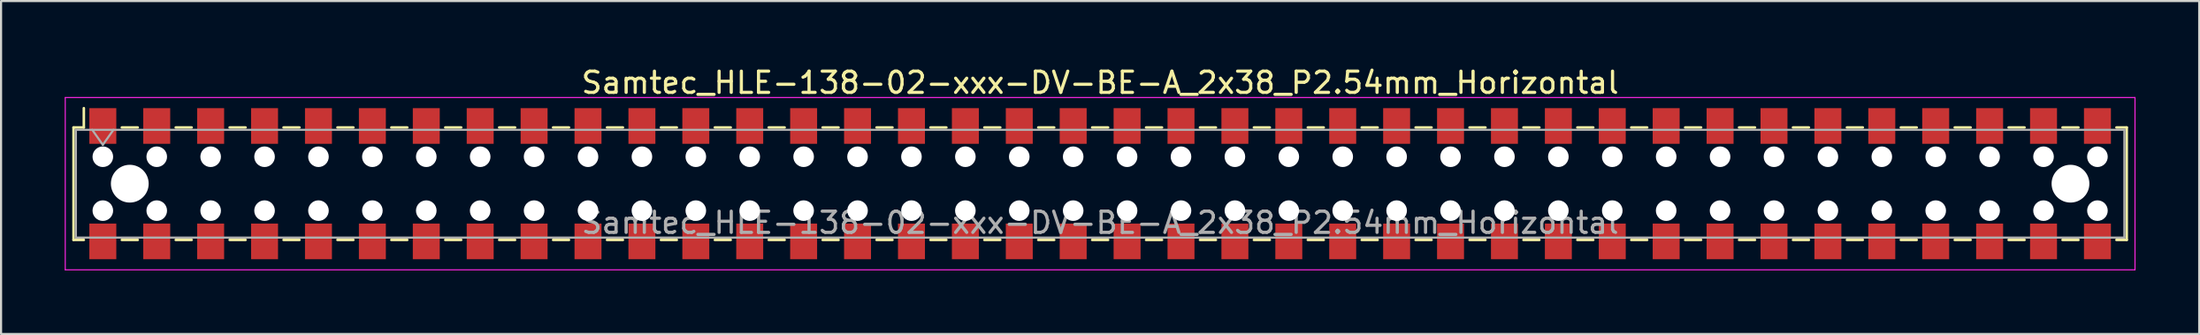
<source format=kicad_pcb>
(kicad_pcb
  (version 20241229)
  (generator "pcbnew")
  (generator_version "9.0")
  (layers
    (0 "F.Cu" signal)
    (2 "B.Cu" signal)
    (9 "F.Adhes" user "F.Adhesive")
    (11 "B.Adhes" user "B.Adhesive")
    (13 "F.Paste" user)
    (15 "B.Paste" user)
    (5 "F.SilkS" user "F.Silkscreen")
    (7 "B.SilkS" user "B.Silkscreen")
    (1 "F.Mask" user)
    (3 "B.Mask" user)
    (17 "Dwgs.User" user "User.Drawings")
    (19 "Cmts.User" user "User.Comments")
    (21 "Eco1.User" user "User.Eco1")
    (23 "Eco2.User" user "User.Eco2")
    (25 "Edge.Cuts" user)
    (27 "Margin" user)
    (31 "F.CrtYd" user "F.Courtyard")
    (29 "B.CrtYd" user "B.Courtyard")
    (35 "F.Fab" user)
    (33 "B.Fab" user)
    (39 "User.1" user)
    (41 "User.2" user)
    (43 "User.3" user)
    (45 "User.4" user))
  (footprint "Samtec_HLE-138-02-xxx-DV-BE-A_2x38_P2.54mm_Horizontal"
    (layer "F.Cu")
    (at 48.785 5.608)
    (property "Reference" "Samtec_HLE-138-02-xxx-DV-BE-A_2x38_P2.54mm_Horizontal" (at 0 -4.76 0) (layer "F.SilkS") (effects (font (size 1 1) (thickness 0.15))))
    (attr smd)
    (fp_line (start -48.37 -2.65) (end -48.37 2.65) (stroke (width 0.12) (type solid)) (layer "F.SilkS"))
    (fp_line (start -48.37 2.65) (end -47.885 2.65) (stroke (width 0.12) (type solid)) (layer "F.SilkS"))
    (fp_line (start -47.885 -3.56) (end -47.885 -2.65) (stroke (width 0.12) (type solid)) (layer "F.SilkS"))
    (fp_line (start -47.885 -2.65) (end -48.37 -2.65) (stroke (width 0.12) (type solid)) (layer "F.SilkS"))
    (fp_line (start -46.095 -2.65) (end -45.345 -2.65) (stroke (width 0.12) (type solid)) (layer "F.SilkS"))
    (fp_line (start -46.095 2.65) (end -45.345 2.65) (stroke (width 0.12) (type solid)) (layer "F.SilkS"))
    (fp_line (start -43.555 -2.65) (end -42.805 -2.65) (stroke (width 0.12) (type solid)) (layer "F.SilkS"))
    (fp_line (start -43.555 2.65) (end -42.805 2.65) (stroke (width 0.12) (type solid)) (layer "F.SilkS"))
    (fp_line (start -41.015 -2.65) (end -40.265 -2.65) (stroke (width 0.12) (type solid)) (layer "F.SilkS"))
    (fp_line (start -41.015 2.65) (end -40.265 2.65) (stroke (width 0.12) (type solid)) (layer "F.SilkS"))
    (fp_line (start -38.475 -2.65) (end -37.725 -2.65) (stroke (width 0.12) (type solid)) (layer "F.SilkS"))
    (fp_line (start -38.475 2.65) (end -37.725 2.65) (stroke (width 0.12) (type solid)) (layer "F.SilkS"))
    (fp_line (start -35.935 -2.65) (end -35.185 -2.65) (stroke (width 0.12) (type solid)) (layer "F.SilkS"))
    (fp_line (start -35.935 2.65) (end -35.185 2.65) (stroke (width 0.12) (type solid)) (layer "F.SilkS"))
    (fp_line (start -33.395 -2.65) (end -32.645 -2.65) (stroke (width 0.12) (type solid)) (layer "F.SilkS"))
    (fp_line (start -33.395 2.65) (end -32.645 2.65) (stroke (width 0.12) (type solid)) (layer "F.SilkS"))
    (fp_line (start -30.855 -2.65) (end -30.105 -2.65) (stroke (width 0.12) (type solid)) (layer "F.SilkS"))
    (fp_line (start -30.855 2.65) (end -30.105 2.65) (stroke (width 0.12) (type solid)) (layer "F.SilkS"))
    (fp_line (start -28.315 -2.65) (end -27.565 -2.65) (stroke (width 0.12) (type solid)) (layer "F.SilkS"))
    (fp_line (start -28.315 2.65) (end -27.565 2.65) (stroke (width 0.12) (type solid)) (layer "F.SilkS"))
    (fp_line (start -25.775 -2.65) (end -25.025 -2.65) (stroke (width 0.12) (type solid)) (layer "F.SilkS"))
    (fp_line (start -25.775 2.65) (end -25.025 2.65) (stroke (width 0.12) (type solid)) (layer "F.SilkS"))
    (fp_line (start -23.235 -2.65) (end -22.485 -2.65) (stroke (width 0.12) (type solid)) (layer "F.SilkS"))
    (fp_line (start -23.235 2.65) (end -22.485 2.65) (stroke (width 0.12) (type solid)) (layer "F.SilkS"))
    (fp_line (start -20.695 -2.65) (end -19.945 -2.65) (stroke (width 0.12) (type solid)) (layer "F.SilkS"))
    (fp_line (start -20.695 2.65) (end -19.945 2.65) (stroke (width 0.12) (type solid)) (layer "F.SilkS"))
    (fp_line (start -18.155 -2.65) (end -17.405 -2.65) (stroke (width 0.12) (type solid)) (layer "F.SilkS"))
    (fp_line (start -18.155 2.65) (end -17.405 2.65) (stroke (width 0.12) (type solid)) (layer "F.SilkS"))
    (fp_line (start -15.615 -2.65) (end -14.865 -2.65) (stroke (width 0.12) (type solid)) (layer "F.SilkS"))
    (fp_line (start -15.615 2.65) (end -14.865 2.65) (stroke (width 0.12) (type solid)) (layer "F.SilkS"))
    (fp_line (start -13.075 -2.65) (end -12.325 -2.65) (stroke (width 0.12) (type solid)) (layer "F.SilkS"))
    (fp_line (start -13.075 2.65) (end -12.325 2.65) (stroke (width 0.12) (type solid)) (layer "F.SilkS"))
    (fp_line (start -10.535 -2.65) (end -9.785 -2.65) (stroke (width 0.12) (type solid)) (layer "F.SilkS"))
    (fp_line (start -10.535 2.65) (end -9.785 2.65) (stroke (width 0.12) (type solid)) (layer "F.SilkS"))
    (fp_line (start -7.995 -2.65) (end -7.245 -2.65) (stroke (width 0.12) (type solid)) (layer "F.SilkS"))
    (fp_line (start -7.995 2.65) (end -7.245 2.65) (stroke (width 0.12) (type solid)) (layer "F.SilkS"))
    (fp_line (start -5.455 -2.65) (end -4.705 -2.65) (stroke (width 0.12) (type solid)) (layer "F.SilkS"))
    (fp_line (start -5.455 2.65) (end -4.705 2.65) (stroke (width 0.12) (type solid)) (layer "F.SilkS"))
    (fp_line (start -2.915 -2.65) (end -2.165 -2.65) (stroke (width 0.12) (type solid)) (layer "F.SilkS"))
    (fp_line (start -2.915 2.65) (end -2.165 2.65) (stroke (width 0.12) (type solid)) (layer "F.SilkS"))
    (fp_line (start -0.375 -2.65) (end 0.375 -2.65) (stroke (width 0.12) (type solid)) (layer "F.SilkS"))
    (fp_line (start -0.375 2.65) (end 0.375 2.65) (stroke (width 0.12) (type solid)) (layer "F.SilkS"))
    (fp_line (start 2.165 -2.65) (end 2.915 -2.65) (stroke (width 0.12) (type solid)) (layer "F.SilkS"))
    (fp_line (start 2.165 2.65) (end 2.915 2.65) (stroke (width 0.12) (type solid)) (layer "F.SilkS"))
    (fp_line (start 4.705 -2.65) (end 5.455 -2.65) (stroke (width 0.12) (type solid)) (layer "F.SilkS"))
    (fp_line (start 4.705 2.65) (end 5.455 2.65) (stroke (width 0.12) (type solid)) (layer "F.SilkS"))
    (fp_line (start 7.245 -2.65) (end 7.995 -2.65) (stroke (width 0.12) (type solid)) (layer "F.SilkS"))
    (fp_line (start 7.245 2.65) (end 7.995 2.65) (stroke (width 0.12) (type solid)) (layer "F.SilkS"))
    (fp_line (start 9.785 -2.65) (end 10.535 -2.65) (stroke (width 0.12) (type solid)) (layer "F.SilkS"))
    (fp_line (start 9.785 2.65) (end 10.535 2.65) (stroke (width 0.12) (type solid)) (layer "F.SilkS"))
    (fp_line (start 12.325 -2.65) (end 13.075 -2.65) (stroke (width 0.12) (type solid)) (layer "F.SilkS"))
    (fp_line (start 12.325 2.65) (end 13.075 2.65) (stroke (width 0.12) (type solid)) (layer "F.SilkS"))
    (fp_line (start 14.865 -2.65) (end 15.615 -2.65) (stroke (width 0.12) (type solid)) (layer "F.SilkS"))
    (fp_line (start 14.865 2.65) (end 15.615 2.65) (stroke (width 0.12) (type solid)) (layer "F.SilkS"))
    (fp_line (start 17.405 -2.65) (end 18.155 -2.65) (stroke (width 0.12) (type solid)) (layer "F.SilkS"))
    (fp_line (start 17.405 2.65) (end 18.155 2.65) (stroke (width 0.12) (type solid)) (layer "F.SilkS"))
    (fp_line (start 19.945 -2.65) (end 20.695 -2.65) (stroke (width 0.12) (type solid)) (layer "F.SilkS"))
    (fp_line (start 19.945 2.65) (end 20.695 2.65) (stroke (width 0.12) (type solid)) (layer "F.SilkS"))
    (fp_line (start 22.485 -2.65) (end 23.235 -2.65) (stroke (width 0.12) (type solid)) (layer "F.SilkS"))
    (fp_line (start 22.485 2.65) (end 23.235 2.65) (stroke (width 0.12) (type solid)) (layer "F.SilkS"))
    (fp_line (start 25.025 -2.65) (end 25.775 -2.65) (stroke (width 0.12) (type solid)) (layer "F.SilkS"))
    (fp_line (start 25.025 2.65) (end 25.775 2.65) (stroke (width 0.12) (type solid)) (layer "F.SilkS"))
    (fp_line (start 27.565 -2.65) (end 28.315 -2.65) (stroke (width 0.12) (type solid)) (layer "F.SilkS"))
    (fp_line (start 27.565 2.65) (end 28.315 2.65) (stroke (width 0.12) (type solid)) (layer "F.SilkS"))
    (fp_line (start 30.105 -2.65) (end 30.855 -2.65) (stroke (width 0.12) (type solid)) (layer "F.SilkS"))
    (fp_line (start 30.105 2.65) (end 30.855 2.65) (stroke (width 0.12) (type solid)) (layer "F.SilkS"))
    (fp_line (start 32.645 -2.65) (end 33.395 -2.65) (stroke (width 0.12) (type solid)) (layer "F.SilkS"))
    (fp_line (start 32.645 2.65) (end 33.395 2.65) (stroke (width 0.12) (type solid)) (layer "F.SilkS"))
    (fp_line (start 35.185 -2.65) (end 35.935 -2.65) (stroke (width 0.12) (type solid)) (layer "F.SilkS"))
    (fp_line (start 35.185 2.65) (end 35.935 2.65) (stroke (width 0.12) (type solid)) (layer "F.SilkS"))
    (fp_line (start 37.725 -2.65) (end 38.475 -2.65) (stroke (width 0.12) (type solid)) (layer "F.SilkS"))
    (fp_line (start 37.725 2.65) (end 38.475 2.65) (stroke (width 0.12) (type solid)) (layer "F.SilkS"))
    (fp_line (start 40.265 -2.65) (end 41.015 -2.65) (stroke (width 0.12) (type solid)) (layer "F.SilkS"))
    (fp_line (start 40.265 2.65) (end 41.015 2.65) (stroke (width 0.12) (type solid)) (layer "F.SilkS"))
    (fp_line (start 42.805 -2.65) (end 43.555 -2.65) (stroke (width 0.12) (type solid)) (layer "F.SilkS"))
    (fp_line (start 42.805 2.65) (end 43.555 2.65) (stroke (width 0.12) (type solid)) (layer "F.SilkS"))
    (fp_line (start 45.345 -2.65) (end 46.095 -2.65) (stroke (width 0.12) (type solid)) (layer "F.SilkS"))
    (fp_line (start 45.345 2.65) (end 46.095 2.65) (stroke (width 0.12) (type solid)) (layer "F.SilkS"))
    (fp_line (start 47.885 -2.65) (end 48.37 -2.65) (stroke (width 0.12) (type solid)) (layer "F.SilkS"))
    (fp_line (start 48.37 -2.65) (end 48.37 2.65) (stroke (width 0.12) (type solid)) (layer "F.SilkS"))
    (fp_line (start 48.37 2.65) (end 47.885 2.65) (stroke (width 0.12) (type solid)) (layer "F.SilkS"))
    (fp_line (start -48.76 -4.06) (end 48.76 -4.06) (stroke (width 0.05) (type solid)) (layer "F.CrtYd"))
    (fp_line (start -48.76 4.06) (end -48.76 -4.06) (stroke (width 0.05) (type solid)) (layer "F.CrtYd"))
    (fp_line (start 48.76 -4.06) (end 48.76 4.06) (stroke (width 0.05) (type solid)) (layer "F.CrtYd"))
    (fp_line (start 48.76 4.06) (end -48.76 4.06) (stroke (width 0.05) (type solid)) (layer "F.CrtYd"))
    (fp_line (start -48.26 -2.54) (end 48.26 -2.54) (stroke (width 0.1) (type solid)) (layer "F.Fab"))
    (fp_line (start -48.26 2.54) (end -48.26 -2.54) (stroke (width 0.1) (type solid)) (layer "F.Fab"))
    (fp_line (start -47.49 -2.54) (end -46.99 -1.833) (stroke (width 0.1) (type solid)) (layer "F.Fab"))
    (fp_line (start -46.99 -1.833) (end -46.49 -2.54) (stroke (width 0.1) (type solid)) (layer "F.Fab"))
    (fp_line (start 48.26 -2.54) (end 48.26 2.54) (stroke (width 0.1) (type solid)) (layer "F.Fab"))
    (fp_line (start 48.26 2.54) (end -48.26 2.54) (stroke (width 0.1) (type solid)) (layer "F.Fab"))
    (fp_text user "${REFERENCE}" (at 0 1.84 0) (layer "F.Fab") (effects (font (size 1 1) (thickness 0.15))))
    (pad "" np_thru_hole circle (at -46.99 -1.27) (size 0.97 0.97) (drill 0.97) (layers "*.Cu" "*.Mask"))
    (pad "" np_thru_hole circle (at -46.99 1.27) (size 0.97 0.97) (drill 0.97) (layers "*.Cu" "*.Mask"))
    (pad "" np_thru_hole circle (at -45.72 0) (size 1.78 1.78) (drill 1.78) (layers "*.Cu" "*.Mask"))
    (pad "" np_thru_hole circle (at -44.45 -1.27) (size 0.97 0.97) (drill 0.97) (layers "*.Cu" "*.Mask"))
    (pad "" np_thru_hole circle (at -44.45 1.27) (size 0.97 0.97) (drill 0.97) (layers "*.Cu" "*.Mask"))
    (pad "" np_thru_hole circle (at -41.91 -1.27) (size 0.97 0.97) (drill 0.97) (layers "*.Cu" "*.Mask"))
    (pad "" np_thru_hole circle (at -41.91 1.27) (size 0.97 0.97) (drill 0.97) (layers "*.Cu" "*.Mask"))
    (pad "" np_thru_hole circle (at -39.37 -1.27) (size 0.97 0.97) (drill 0.97) (layers "*.Cu" "*.Mask"))
    (pad "" np_thru_hole circle (at -39.37 1.27) (size 0.97 0.97) (drill 0.97) (layers "*.Cu" "*.Mask"))
    (pad "" np_thru_hole circle (at -36.83 -1.27) (size 0.97 0.97) (drill 0.97) (layers "*.Cu" "*.Mask"))
    (pad "" np_thru_hole circle (at -36.83 1.27) (size 0.97 0.97) (drill 0.97) (layers "*.Cu" "*.Mask"))
    (pad "" np_thru_hole circle (at -34.29 -1.27) (size 0.97 0.97) (drill 0.97) (layers "*.Cu" "*.Mask"))
    (pad "" np_thru_hole circle (at -34.29 1.27) (size 0.97 0.97) (drill 0.97) (layers "*.Cu" "*.Mask"))
    (pad "" np_thru_hole circle (at -31.75 -1.27) (size 0.97 0.97) (drill 0.97) (layers "*.Cu" "*.Mask"))
    (pad "" np_thru_hole circle (at -31.75 1.27) (size 0.97 0.97) (drill 0.97) (layers "*.Cu" "*.Mask"))
    (pad "" np_thru_hole circle (at -29.21 -1.27) (size 0.97 0.97) (drill 0.97) (layers "*.Cu" "*.Mask"))
    (pad "" np_thru_hole circle (at -29.21 1.27) (size 0.97 0.97) (drill 0.97) (layers "*.Cu" "*.Mask"))
    (pad "" np_thru_hole circle (at -26.67 -1.27) (size 0.97 0.97) (drill 0.97) (layers "*.Cu" "*.Mask"))
    (pad "" np_thru_hole circle (at -26.67 1.27) (size 0.97 0.97) (drill 0.97) (layers "*.Cu" "*.Mask"))
    (pad "" np_thru_hole circle (at -24.13 -1.27) (size 0.97 0.97) (drill 0.97) (layers "*.Cu" "*.Mask"))
    (pad "" np_thru_hole circle (at -24.13 1.27) (size 0.97 0.97) (drill 0.97) (layers "*.Cu" "*.Mask"))
    (pad "" np_thru_hole circle (at -21.59 -1.27) (size 0.97 0.97) (drill 0.97) (layers "*.Cu" "*.Mask"))
    (pad "" np_thru_hole circle (at -21.59 1.27) (size 0.97 0.97) (drill 0.97) (layers "*.Cu" "*.Mask"))
    (pad "" np_thru_hole circle (at -19.05 -1.27) (size 0.97 0.97) (drill 0.97) (layers "*.Cu" "*.Mask"))
    (pad "" np_thru_hole circle (at -19.05 1.27) (size 0.97 0.97) (drill 0.97) (layers "*.Cu" "*.Mask"))
    (pad "" np_thru_hole circle (at -16.51 -1.27) (size 0.97 0.97) (drill 0.97) (layers "*.Cu" "*.Mask"))
    (pad "" np_thru_hole circle (at -16.51 1.27) (size 0.97 0.97) (drill 0.97) (layers "*.Cu" "*.Mask"))
    (pad "" np_thru_hole circle (at -13.97 -1.27) (size 0.97 0.97) (drill 0.97) (layers "*.Cu" "*.Mask"))
    (pad "" np_thru_hole circle (at -13.97 1.27) (size 0.97 0.97) (drill 0.97) (layers "*.Cu" "*.Mask"))
    (pad "" np_thru_hole circle (at -11.43 -1.27) (size 0.97 0.97) (drill 0.97) (layers "*.Cu" "*.Mask"))
    (pad "" np_thru_hole circle (at -11.43 1.27) (size 0.97 0.97) (drill 0.97) (layers "*.Cu" "*.Mask"))
    (pad "" np_thru_hole circle (at -8.89 -1.27) (size 0.97 0.97) (drill 0.97) (layers "*.Cu" "*.Mask"))
    (pad "" np_thru_hole circle (at -8.89 1.27) (size 0.97 0.97) (drill 0.97) (layers "*.Cu" "*.Mask"))
    (pad "" np_thru_hole circle (at -6.35 -1.27) (size 0.97 0.97) (drill 0.97) (layers "*.Cu" "*.Mask"))
    (pad "" np_thru_hole circle (at -6.35 1.27) (size 0.97 0.97) (drill 0.97) (layers "*.Cu" "*.Mask"))
    (pad "" np_thru_hole circle (at -3.81 -1.27) (size 0.97 0.97) (drill 0.97) (layers "*.Cu" "*.Mask"))
    (pad "" np_thru_hole circle (at -3.81 1.27) (size 0.97 0.97) (drill 0.97) (layers "*.Cu" "*.Mask"))
    (pad "" np_thru_hole circle (at -1.27 -1.27) (size 0.97 0.97) (drill 0.97) (layers "*.Cu" "*.Mask"))
    (pad "" np_thru_hole circle (at -1.27 1.27) (size 0.97 0.97) (drill 0.97) (layers "*.Cu" "*.Mask"))
    (pad "" np_thru_hole circle (at 1.27 -1.27) (size 0.97 0.97) (drill 0.97) (layers "*.Cu" "*.Mask"))
    (pad "" np_thru_hole circle (at 1.27 1.27) (size 0.97 0.97) (drill 0.97) (layers "*.Cu" "*.Mask"))
    (pad "" np_thru_hole circle (at 3.81 -1.27) (size 0.97 0.97) (drill 0.97) (layers "*.Cu" "*.Mask"))
    (pad "" np_thru_hole circle (at 3.81 1.27) (size 0.97 0.97) (drill 0.97) (layers "*.Cu" "*.Mask"))
    (pad "" np_thru_hole circle (at 6.35 -1.27) (size 0.97 0.97) (drill 0.97) (layers "*.Cu" "*.Mask"))
    (pad "" np_thru_hole circle (at 6.35 1.27) (size 0.97 0.97) (drill 0.97) (layers "*.Cu" "*.Mask"))
    (pad "" np_thru_hole circle (at 8.89 -1.27) (size 0.97 0.97) (drill 0.97) (layers "*.Cu" "*.Mask"))
    (pad "" np_thru_hole circle (at 8.89 1.27) (size 0.97 0.97) (drill 0.97) (layers "*.Cu" "*.Mask"))
    (pad "" np_thru_hole circle (at 11.43 -1.27) (size 0.97 0.97) (drill 0.97) (layers "*.Cu" "*.Mask"))
    (pad "" np_thru_hole circle (at 11.43 1.27) (size 0.97 0.97) (drill 0.97) (layers "*.Cu" "*.Mask"))
    (pad "" np_thru_hole circle (at 13.97 -1.27) (size 0.97 0.97) (drill 0.97) (layers "*.Cu" "*.Mask"))
    (pad "" np_thru_hole circle (at 13.97 1.27) (size 0.97 0.97) (drill 0.97) (layers "*.Cu" "*.Mask"))
    (pad "" np_thru_hole circle (at 16.51 -1.27) (size 0.97 0.97) (drill 0.97) (layers "*.Cu" "*.Mask"))
    (pad "" np_thru_hole circle (at 16.51 1.27) (size 0.97 0.97) (drill 0.97) (layers "*.Cu" "*.Mask"))
    (pad "" np_thru_hole circle (at 19.05 -1.27) (size 0.97 0.97) (drill 0.97) (layers "*.Cu" "*.Mask"))
    (pad "" np_thru_hole circle (at 19.05 1.27) (size 0.97 0.97) (drill 0.97) (layers "*.Cu" "*.Mask"))
    (pad "" np_thru_hole circle (at 21.59 -1.27) (size 0.97 0.97) (drill 0.97) (layers "*.Cu" "*.Mask"))
    (pad "" np_thru_hole circle (at 21.59 1.27) (size 0.97 0.97) (drill 0.97) (layers "*.Cu" "*.Mask"))
    (pad "" np_thru_hole circle (at 24.13 -1.27) (size 0.97 0.97) (drill 0.97) (layers "*.Cu" "*.Mask"))
    (pad "" np_thru_hole circle (at 24.13 1.27) (size 0.97 0.97) (drill 0.97) (layers "*.Cu" "*.Mask"))
    (pad "" np_thru_hole circle (at 26.67 -1.27) (size 0.97 0.97) (drill 0.97) (layers "*.Cu" "*.Mask"))
    (pad "" np_thru_hole circle (at 26.67 1.27) (size 0.97 0.97) (drill 0.97) (layers "*.Cu" "*.Mask"))
    (pad "" np_thru_hole circle (at 29.21 -1.27) (size 0.97 0.97) (drill 0.97) (layers "*.Cu" "*.Mask"))
    (pad "" np_thru_hole circle (at 29.21 1.27) (size 0.97 0.97) (drill 0.97) (layers "*.Cu" "*.Mask"))
    (pad "" np_thru_hole circle (at 31.75 -1.27) (size 0.97 0.97) (drill 0.97) (layers "*.Cu" "*.Mask"))
    (pad "" np_thru_hole circle (at 31.75 1.27) (size 0.97 0.97) (drill 0.97) (layers "*.Cu" "*.Mask"))
    (pad "" np_thru_hole circle (at 34.29 -1.27) (size 0.97 0.97) (drill 0.97) (layers "*.Cu" "*.Mask"))
    (pad "" np_thru_hole circle (at 34.29 1.27) (size 0.97 0.97) (drill 0.97) (layers "*.Cu" "*.Mask"))
    (pad "" np_thru_hole circle (at 36.83 -1.27) (size 0.97 0.97) (drill 0.97) (layers "*.Cu" "*.Mask"))
    (pad "" np_thru_hole circle (at 36.83 1.27) (size 0.97 0.97) (drill 0.97) (layers "*.Cu" "*.Mask"))
    (pad "" np_thru_hole circle (at 39.37 -1.27) (size 0.97 0.97) (drill 0.97) (layers "*.Cu" "*.Mask"))
    (pad "" np_thru_hole circle (at 39.37 1.27) (size 0.97 0.97) (drill 0.97) (layers "*.Cu" "*.Mask"))
    (pad "" np_thru_hole circle (at 41.91 -1.27) (size 0.97 0.97) (drill 0.97) (layers "*.Cu" "*.Mask"))
    (pad "" np_thru_hole circle (at 41.91 1.27) (size 0.97 0.97) (drill 0.97) (layers "*.Cu" "*.Mask"))
    (pad "" np_thru_hole circle (at 44.45 -1.27) (size 0.97 0.97) (drill 0.97) (layers "*.Cu" "*.Mask"))
    (pad "" np_thru_hole circle (at 44.45 1.27) (size 0.97 0.97) (drill 0.97) (layers "*.Cu" "*.Mask"))
    (pad "" np_thru_hole circle (at 45.72 0) (size 1.78 1.78) (drill 1.78) (layers "*.Cu" "*.Mask"))
    (pad "" np_thru_hole circle (at 46.99 -1.27) (size 0.97 0.97) (drill 0.97) (layers "*.Cu" "*.Mask"))
    (pad "" np_thru_hole circle (at 46.99 1.27) (size 0.97 0.97) (drill 0.97) (layers "*.Cu" "*.Mask"))
    (pad "1" smd rect (at -46.99 -2.72) (size 1.27 1.68) (layers "F.Cu" "F.Mask" "F.Paste"))
    (pad "2" smd rect (at -46.99 2.72) (size 1.27 1.68) (layers "F.Cu" "F.Mask" "F.Paste"))
    (pad "3" smd rect (at -44.45 -2.72) (size 1.27 1.68) (layers "F.Cu" "F.Mask" "F.Paste"))
    (pad "4" smd rect (at -44.45 2.72) (size 1.27 1.68) (layers "F.Cu" "F.Mask" "F.Paste"))
    (pad "5" smd rect (at -41.91 -2.72) (size 1.27 1.68) (layers "F.Cu" "F.Mask" "F.Paste"))
    (pad "6" smd rect (at -41.91 2.72) (size 1.27 1.68) (layers "F.Cu" "F.Mask" "F.Paste"))
    (pad "7" smd rect (at -39.37 -2.72) (size 1.27 1.68) (layers "F.Cu" "F.Mask" "F.Paste"))
    (pad "8" smd rect (at -39.37 2.72) (size 1.27 1.68) (layers "F.Cu" "F.Mask" "F.Paste"))
    (pad "9" smd rect (at -36.83 -2.72) (size 1.27 1.68) (layers "F.Cu" "F.Mask" "F.Paste"))
    (pad "10" smd rect (at -36.83 2.72) (size 1.27 1.68) (layers "F.Cu" "F.Mask" "F.Paste"))
    (pad "11" smd rect (at -34.29 -2.72) (size 1.27 1.68) (layers "F.Cu" "F.Mask" "F.Paste"))
    (pad "12" smd rect (at -34.29 2.72) (size 1.27 1.68) (layers "F.Cu" "F.Mask" "F.Paste"))
    (pad "13" smd rect (at -31.75 -2.72) (size 1.27 1.68) (layers "F.Cu" "F.Mask" "F.Paste"))
    (pad "14" smd rect (at -31.75 2.72) (size 1.27 1.68) (layers "F.Cu" "F.Mask" "F.Paste"))
    (pad "15" smd rect (at -29.21 -2.72) (size 1.27 1.68) (layers "F.Cu" "F.Mask" "F.Paste"))
    (pad "16" smd rect (at -29.21 2.72) (size 1.27 1.68) (layers "F.Cu" "F.Mask" "F.Paste"))
    (pad "17" smd rect (at -26.67 -2.72) (size 1.27 1.68) (layers "F.Cu" "F.Mask" "F.Paste"))
    (pad "18" smd rect (at -26.67 2.72) (size 1.27 1.68) (layers "F.Cu" "F.Mask" "F.Paste"))
    (pad "19" smd rect (at -24.13 -2.72) (size 1.27 1.68) (layers "F.Cu" "F.Mask" "F.Paste"))
    (pad "20" smd rect (at -24.13 2.72) (size 1.27 1.68) (layers "F.Cu" "F.Mask" "F.Paste"))
    (pad "21" smd rect (at -21.59 -2.72) (size 1.27 1.68) (layers "F.Cu" "F.Mask" "F.Paste"))
    (pad "22" smd rect (at -21.59 2.72) (size 1.27 1.68) (layers "F.Cu" "F.Mask" "F.Paste"))
    (pad "23" smd rect (at -19.05 -2.72) (size 1.27 1.68) (layers "F.Cu" "F.Mask" "F.Paste"))
    (pad "24" smd rect (at -19.05 2.72) (size 1.27 1.68) (layers "F.Cu" "F.Mask" "F.Paste"))
    (pad "25" smd rect (at -16.51 -2.72) (size 1.27 1.68) (layers "F.Cu" "F.Mask" "F.Paste"))
    (pad "26" smd rect (at -16.51 2.72) (size 1.27 1.68) (layers "F.Cu" "F.Mask" "F.Paste"))
    (pad "27" smd rect (at -13.97 -2.72) (size 1.27 1.68) (layers "F.Cu" "F.Mask" "F.Paste"))
    (pad "28" smd rect (at -13.97 2.72) (size 1.27 1.68) (layers "F.Cu" "F.Mask" "F.Paste"))
    (pad "29" smd rect (at -11.43 -2.72) (size 1.27 1.68) (layers "F.Cu" "F.Mask" "F.Paste"))
    (pad "30" smd rect (at -11.43 2.72) (size 1.27 1.68) (layers "F.Cu" "F.Mask" "F.Paste"))
    (pad "31" smd rect (at -8.89 -2.72) (size 1.27 1.68) (layers "F.Cu" "F.Mask" "F.Paste"))
    (pad "32" smd rect (at -8.89 2.72) (size 1.27 1.68) (layers "F.Cu" "F.Mask" "F.Paste"))
    (pad "33" smd rect (at -6.35 -2.72) (size 1.27 1.68) (layers "F.Cu" "F.Mask" "F.Paste"))
    (pad "34" smd rect (at -6.35 2.72) (size 1.27 1.68) (layers "F.Cu" "F.Mask" "F.Paste"))
    (pad "35" smd rect (at -3.81 -2.72) (size 1.27 1.68) (layers "F.Cu" "F.Mask" "F.Paste"))
    (pad "36" smd rect (at -3.81 2.72) (size 1.27 1.68) (layers "F.Cu" "F.Mask" "F.Paste"))
    (pad "37" smd rect (at -1.27 -2.72) (size 1.27 1.68) (layers "F.Cu" "F.Mask" "F.Paste"))
    (pad "38" smd rect (at -1.27 2.72) (size 1.27 1.68) (layers "F.Cu" "F.Mask" "F.Paste"))
    (pad "39" smd rect (at 1.27 -2.72) (size 1.27 1.68) (layers "F.Cu" "F.Mask" "F.Paste"))
    (pad "40" smd rect (at 1.27 2.72) (size 1.27 1.68) (layers "F.Cu" "F.Mask" "F.Paste"))
    (pad "41" smd rect (at 3.81 -2.72) (size 1.27 1.68) (layers "F.Cu" "F.Mask" "F.Paste"))
    (pad "42" smd rect (at 3.81 2.72) (size 1.27 1.68) (layers "F.Cu" "F.Mask" "F.Paste"))
    (pad "43" smd rect (at 6.35 -2.72) (size 1.27 1.68) (layers "F.Cu" "F.Mask" "F.Paste"))
    (pad "44" smd rect (at 6.35 2.72) (size 1.27 1.68) (layers "F.Cu" "F.Mask" "F.Paste"))
    (pad "45" smd rect (at 8.89 -2.72) (size 1.27 1.68) (layers "F.Cu" "F.Mask" "F.Paste"))
    (pad "46" smd rect (at 8.89 2.72) (size 1.27 1.68) (layers "F.Cu" "F.Mask" "F.Paste"))
    (pad "47" smd rect (at 11.43 -2.72) (size 1.27 1.68) (layers "F.Cu" "F.Mask" "F.Paste"))
    (pad "48" smd rect (at 11.43 2.72) (size 1.27 1.68) (layers "F.Cu" "F.Mask" "F.Paste"))
    (pad "49" smd rect (at 13.97 -2.72) (size 1.27 1.68) (layers "F.Cu" "F.Mask" "F.Paste"))
    (pad "50" smd rect (at 13.97 2.72) (size 1.27 1.68) (layers "F.Cu" "F.Mask" "F.Paste"))
    (pad "51" smd rect (at 16.51 -2.72) (size 1.27 1.68) (layers "F.Cu" "F.Mask" "F.Paste"))
    (pad "52" smd rect (at 16.51 2.72) (size 1.27 1.68) (layers "F.Cu" "F.Mask" "F.Paste"))
    (pad "53" smd rect (at 19.05 -2.72) (size 1.27 1.68) (layers "F.Cu" "F.Mask" "F.Paste"))
    (pad "54" smd rect (at 19.05 2.72) (size 1.27 1.68) (layers "F.Cu" "F.Mask" "F.Paste"))
    (pad "55" smd rect (at 21.59 -2.72) (size 1.27 1.68) (layers "F.Cu" "F.Mask" "F.Paste"))
    (pad "56" smd rect (at 21.59 2.72) (size 1.27 1.68) (layers "F.Cu" "F.Mask" "F.Paste"))
    (pad "57" smd rect (at 24.13 -2.72) (size 1.27 1.68) (layers "F.Cu" "F.Mask" "F.Paste"))
    (pad "58" smd rect (at 24.13 2.72) (size 1.27 1.68) (layers "F.Cu" "F.Mask" "F.Paste"))
    (pad "59" smd rect (at 26.67 -2.72) (size 1.27 1.68) (layers "F.Cu" "F.Mask" "F.Paste"))
    (pad "60" smd rect (at 26.67 2.72) (size 1.27 1.68) (layers "F.Cu" "F.Mask" "F.Paste"))
    (pad "61" smd rect (at 29.21 -2.72) (size 1.27 1.68) (layers "F.Cu" "F.Mask" "F.Paste"))
    (pad "62" smd rect (at 29.21 2.72) (size 1.27 1.68) (layers "F.Cu" "F.Mask" "F.Paste"))
    (pad "63" smd rect (at 31.75 -2.72) (size 1.27 1.68) (layers "F.Cu" "F.Mask" "F.Paste"))
    (pad "64" smd rect (at 31.75 2.72) (size 1.27 1.68) (layers "F.Cu" "F.Mask" "F.Paste"))
    (pad "65" smd rect (at 34.29 -2.72) (size 1.27 1.68) (layers "F.Cu" "F.Mask" "F.Paste"))
    (pad "66" smd rect (at 34.29 2.72) (size 1.27 1.68) (layers "F.Cu" "F.Mask" "F.Paste"))
    (pad "67" smd rect (at 36.83 -2.72) (size 1.27 1.68) (layers "F.Cu" "F.Mask" "F.Paste"))
    (pad "68" smd rect (at 36.83 2.72) (size 1.27 1.68) (layers "F.Cu" "F.Mask" "F.Paste"))
    (pad "69" smd rect (at 39.37 -2.72) (size 1.27 1.68) (layers "F.Cu" "F.Mask" "F.Paste"))
    (pad "70" smd rect (at 39.37 2.72) (size 1.27 1.68) (layers "F.Cu" "F.Mask" "F.Paste"))
    (pad "71" smd rect (at 41.91 -2.72) (size 1.27 1.68) (layers "F.Cu" "F.Mask" "F.Paste"))
    (pad "72" smd rect (at 41.91 2.72) (size 1.27 1.68) (layers "F.Cu" "F.Mask" "F.Paste"))
    (pad "73" smd rect (at 44.45 -2.72) (size 1.27 1.68) (layers "F.Cu" "F.Mask" "F.Paste"))
    (pad "74" smd rect (at 44.45 2.72) (size 1.27 1.68) (layers "F.Cu" "F.Mask" "F.Paste"))
    (pad "75" smd rect (at 46.99 -2.72) (size 1.27 1.68) (layers "F.Cu" "F.Mask" "F.Paste"))
    (pad "76" smd rect (at 46.99 2.72) (size 1.27 1.68) (layers "F.Cu" "F.Mask" "F.Paste")))
  (gr_rect
    (start -3 -3)
    (end 100.57 12.693)
    (stroke (width 0.1) (type default))
    (fill no)
    (layer "Edge.Cuts")))
</source>
